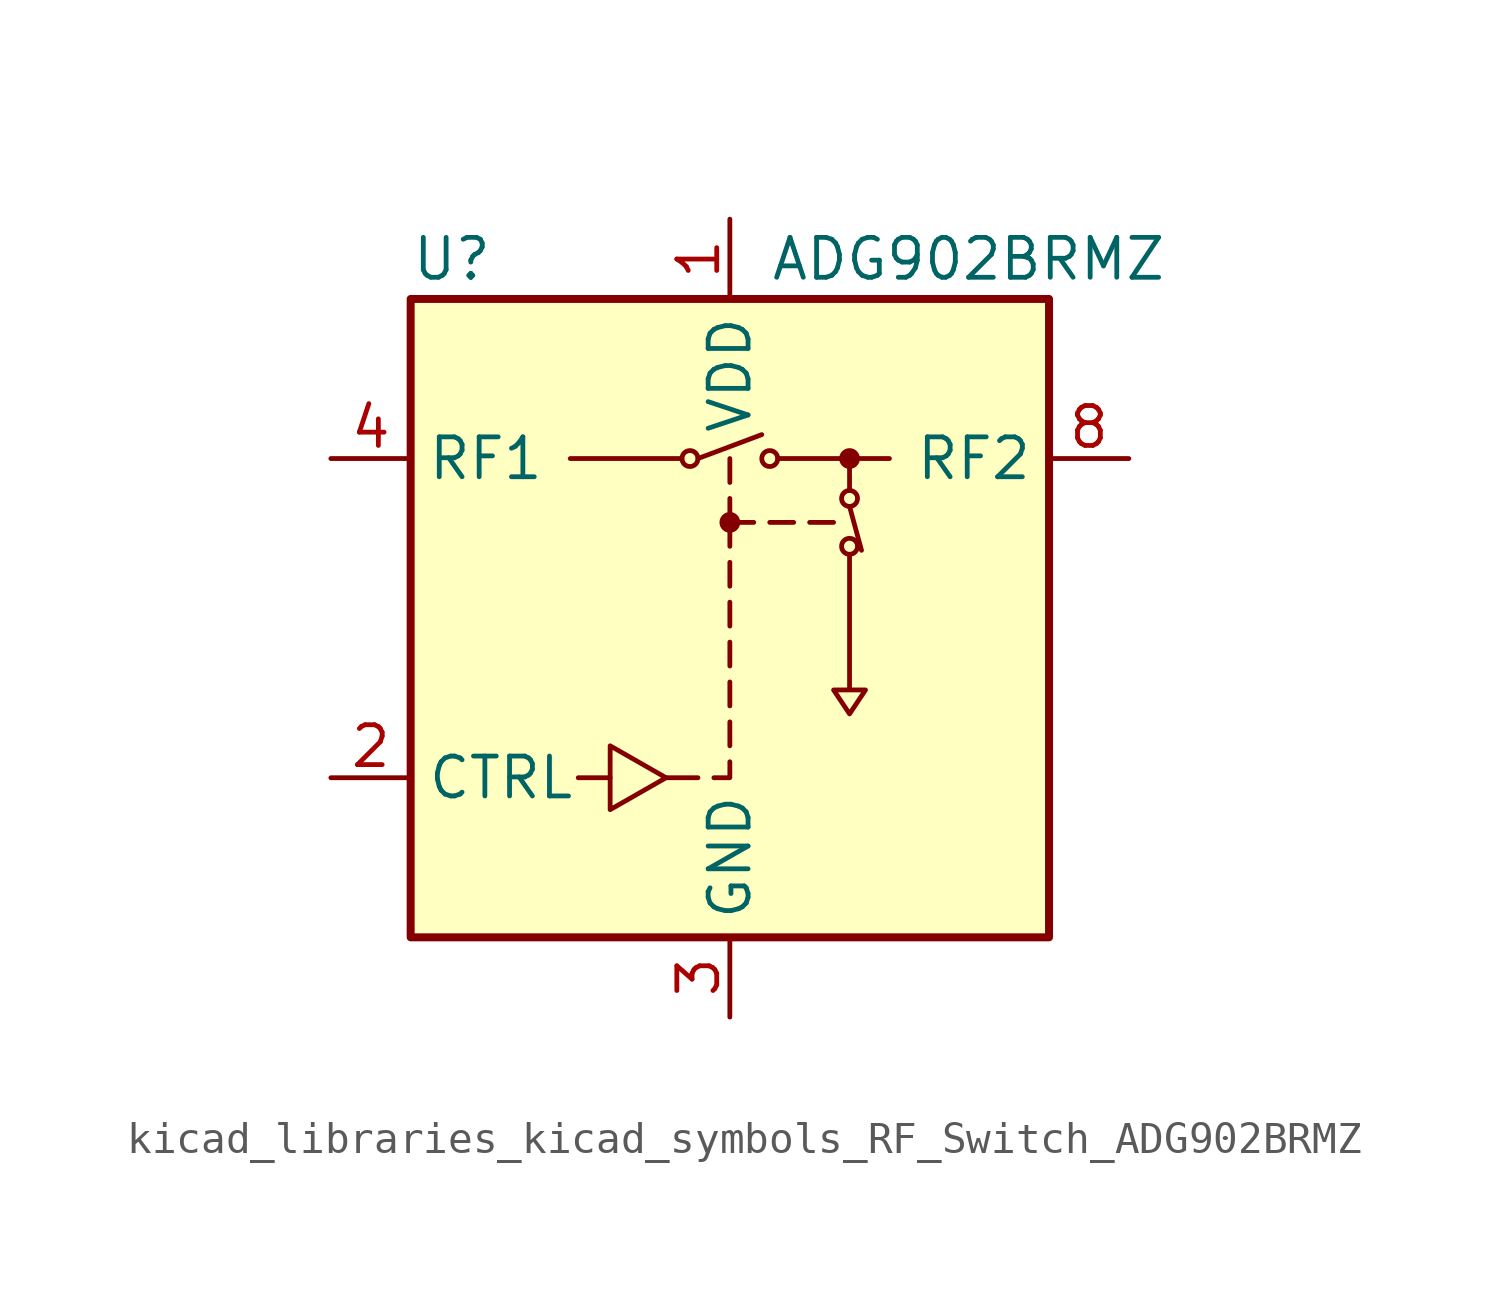
<source format=kicad_sym>
(kicad_symbol_lib
  (version 20220914)
  (generator kicad_symbol_editor)
  (symbol "kicad_libraries_kicad_symbols_RF_Switch_ADG902BRMZ"
    (property "Reference" "U"
      (at -10.16 11.43 0)
      (effects (font (size 1.27 1.27)) (justify left)))
    (property "Value" "ADG902BRMZ"
      (at 1.27 11.43 0)
      (effects (font (size 1.27 1.27)) (justify left)))
    (symbol "kicad_libraries_kicad_symbols_RF_Switch_ADG902BRMZ_0_0"
      (rectangle (start -10.16 10.16) (end 10.16 -10.16) (stroke (width 0.254) (type default)) (fill (type background)))
      (polyline (pts (xy -4.826 -5.08) (xy -3.81 -5.08)) (stroke (width 0) (type default)) (fill (type none)))
      (polyline (pts (xy -1.016 -5.08) (xy -2.032 -5.08)) (stroke (width 0) (type default)) (fill (type none)))
      (polyline (pts (xy 0 -3.302) (xy 0 -4.064)) (stroke (width 0) (type default)) (fill (type none)))
      (polyline (pts (xy 0 -2.032) (xy 0 -2.794)) (stroke (width 0) (type default)) (fill (type none)))
      (polyline (pts (xy 0 -0.762) (xy 0 -1.524)) (stroke (width 0) (type default)) (fill (type none)))
      (polyline (pts (xy 0 0.508) (xy 0 -0.254)) (stroke (width 0) (type default)) (fill (type none)))
      (polyline (pts (xy 0 1.778) (xy 0 1.016)) (stroke (width 0) (type default)) (fill (type none)))
      (polyline (pts (xy 0 3.048) (xy 0 2.286)) (stroke (width 0) (type default)) (fill (type none)))
      (polyline (pts (xy 0 3.048) (xy 0 3.81)) (stroke (width 0) (type default)) (fill (type none)))
      (polyline (pts (xy 0 3.048) (xy 0.762 3.048)) (stroke (width 0) (type default)) (fill (type none)))
      (polyline (pts (xy 0 4.318) (xy 0 5.08)) (stroke (width 0) (type default)) (fill (type none)))
      (polyline (pts (xy 1.27 3.048) (xy 2.032 3.048)) (stroke (width 0) (type default)) (fill (type none)))
      (polyline (pts (xy 2.54 3.048) (xy 3.302 3.048)) (stroke (width 0) (type default)) (fill (type none)))
      (polyline (pts (xy 0 -4.572) (xy 0 -5.08) (xy -0.508 -5.08)) (stroke (width 0) (type default)) (fill (type none)))
      (polyline (pts (xy -3.81 -4.064) (xy -3.81 -6.096) (xy -2.032 -5.08) (xy -3.81 -4.064)) (stroke (width 0) (type default)) (fill (type none)))
      (circle (center 0 3.048) (radius 0.254) (stroke (width 0) (type default)) (fill (type outline))))
    (symbol "kicad_libraries_kicad_symbols_RF_Switch_ADG902BRMZ_0_1"
      (circle (center -1.27 5.08) (radius 0.254) (stroke (width 0) (type default)) (fill (type none)))
      (polyline (pts (xy -5.08 5.08) (xy -1.524 5.08)) (stroke (width 0) (type default)) (fill (type none)))
      (polyline (pts (xy -1.016 5.08) (xy 1.016 5.842)) (stroke (width 0) (type default)) (fill (type none)))
      (polyline (pts (xy 1.524 5.08) (xy 5.08 5.08)) (stroke (width 0) (type default)) (fill (type none)))
      (polyline (pts (xy 3.81 3.556) (xy 4.191 2.159)) (stroke (width 0) (type default)) (fill (type none)))
      (polyline (pts (xy 3.81 5.08) (xy 3.81 4.064)) (stroke (width 0) (type default)) (fill (type none)))
      (polyline (pts (xy 3.81 2.032) (xy 3.81 -2.286) (xy 3.302 -2.286) (xy 3.81 -3.048) (xy 4.318 -2.286) (xy 3.81 -2.286)) (stroke (width 0) (type default)) (fill (type none)))
      (circle (center 1.27 5.08) (radius 0.254) (stroke (width 0) (type default)) (fill (type none)))
      (circle (center 3.81 2.286) (radius 0.254) (stroke (width 0) (type default)) (fill (type none)))
      (circle (center 3.81 3.81) (radius 0.254) (stroke (width 0) (type default)) (fill (type none)))
      (circle (center 3.81 5.08) (radius 0.254) (stroke (width 0) (type default)) (fill (type outline))))
    (symbol "kicad_libraries_kicad_symbols_RF_Switch_ADG902BRMZ_1_1"
      (pin power_in line (at 0 12.7 270) (length 2.54) (name "VDD" (effects (font (size 1.27 1.27)))) (number "1" (effects (font (size 1.27 1.27)))))
      (pin input line (at -12.7 -5.08 0) (length 2.54) (name "CTRL" (effects (font (size 1.27 1.27)))) (number "2" (effects (font (size 1.27 1.27)))))
      (pin power_in line (at 0 -12.7 90) (length 2.54) (name "GND" (effects (font (size 1.27 1.27)))) (number "3" (effects (font (size 1.27 1.27)))))
      (pin passive line (at -12.7 5.08 0) (length 2.54) (name "RF1" (effects (font (size 1.27 1.27)))) (number "4" (effects (font (size 1.27 1.27)))))
      (pin passive line (at 0 -12.7 90) (length 2.54) hide (name "GND" (effects (font (size 1.27 1.27)))) (number "5" (effects (font (size 1.27 1.27)))))
      (pin passive line (at 0 -12.7 90) (length 2.54) hide (name "GND" (effects (font (size 1.27 1.27)))) (number "6" (effects (font (size 1.27 1.27)))))
      (pin passive line (at 0 -12.7 90) (length 2.54) hide (name "GND" (effects (font (size 1.27 1.27)))) (number "7" (effects (font (size 1.27 1.27)))))
      (pin passive line (at 12.7 5.08 180) (length 2.54) (name "RF2" (effects (font (size 1.27 1.27)))) (number "8" (effects (font (size 1.27 1.27))))))))
</source>
